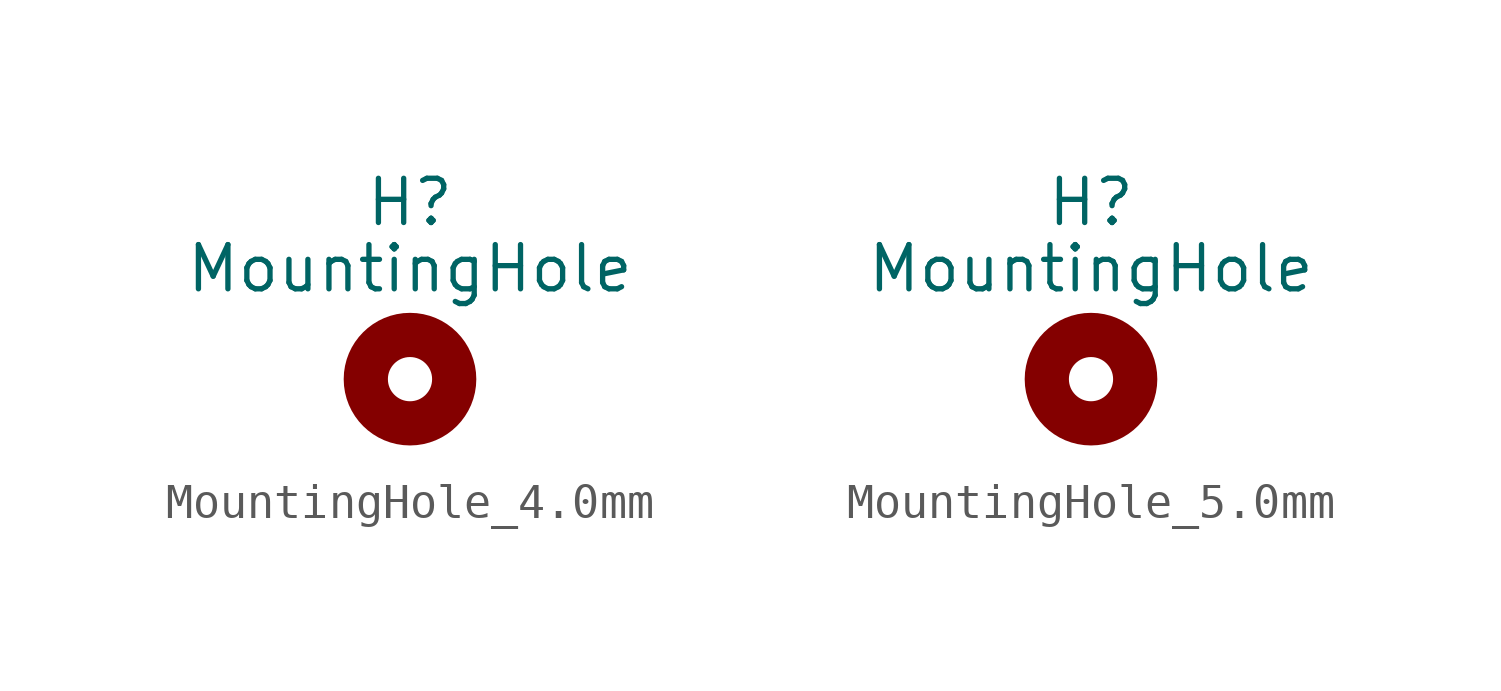
<source format=kicad_sym>
(kicad_symbol_lib
  (version 20241209)
  (generator "kicad_symbol_editor")
  (generator_version "9.0")
  (symbol "MountingHole_4.0mm"
    (pin_names
      (offset 1.016))
    (property "Reference" "H"
      (at 0 5.08 0)
      (effects (font (size 1.27 1.27))))
    (property "Value" "MountingHole"
      (at 0 3.175 0)
      (effects (font (size 1.27 1.27))))
    (symbol "MountingHole_4.0mm_0_1"
      (circle (center 0 0) (radius 1.27) (stroke (width 1.27) (type default)) (fill (type none)))))
  (symbol "MountingHole_5.0mm"
    (pin_names
      (offset 1.016))
    (property "Reference" "H"
      (at 0 5.08 0)
      (effects (font (size 1.27 1.27))))
    (property "Value" "MountingHole"
      (at 0 3.175 0)
      (effects (font (size 1.27 1.27))))
    (symbol "MountingHole_5.0mm_0_1"
      (circle (center 0 0) (radius 1.27) (stroke (width 1.27) (type default)) (fill (type none))))))
</source>
